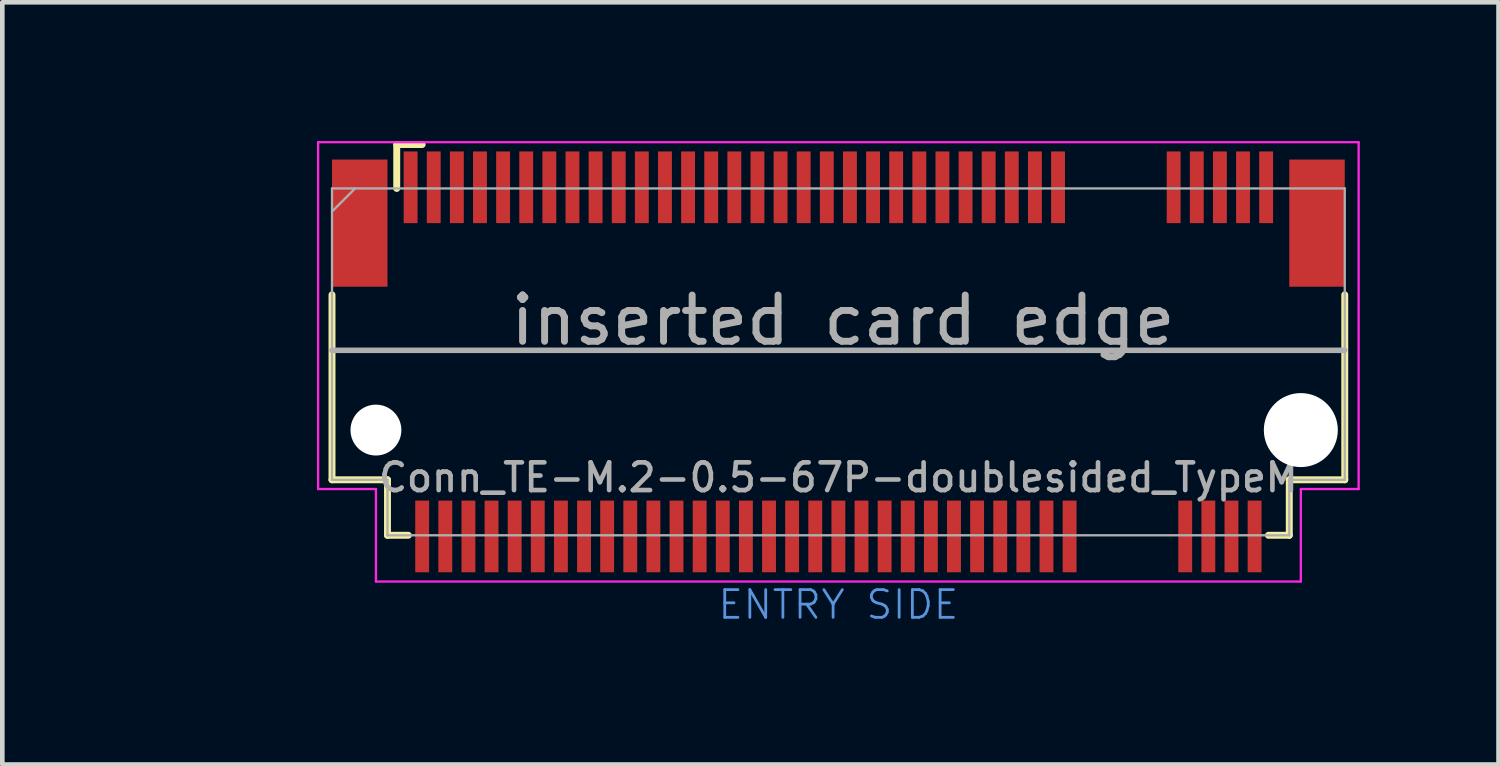
<source format=kicad_pcb>
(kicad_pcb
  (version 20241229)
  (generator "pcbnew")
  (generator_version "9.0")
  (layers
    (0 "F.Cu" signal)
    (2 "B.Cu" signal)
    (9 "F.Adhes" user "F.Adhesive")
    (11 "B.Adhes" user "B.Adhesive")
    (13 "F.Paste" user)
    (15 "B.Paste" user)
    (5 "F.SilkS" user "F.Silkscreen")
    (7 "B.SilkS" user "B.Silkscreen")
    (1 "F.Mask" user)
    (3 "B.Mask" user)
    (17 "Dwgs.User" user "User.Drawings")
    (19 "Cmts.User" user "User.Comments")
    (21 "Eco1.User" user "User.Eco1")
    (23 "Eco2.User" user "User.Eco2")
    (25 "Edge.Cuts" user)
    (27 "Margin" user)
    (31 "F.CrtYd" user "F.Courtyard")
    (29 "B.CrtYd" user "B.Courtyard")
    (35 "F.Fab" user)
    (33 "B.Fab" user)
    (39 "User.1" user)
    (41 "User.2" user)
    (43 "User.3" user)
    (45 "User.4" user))
  (footprint "Conn_TE-M.2-0.5-67P-doublesided_TypeM"
    (layer "F.Cu")
    (at 15.079 6.275)
    (property "Reference" "Conn_TE-M.2-0.5-67P-doublesided_TypeM" (at 0 1 0) (layer "F.Fab") (effects (font (size 0.6 0.6) (thickness 0.1))))
    (attr through_hole)
    (fp_line (start -10.95 1.05) (end -10.95 -2.95) (stroke (width 0.15) (type solid)) (layer "F.SilkS"))
    (fp_line (start -9.75 1.05) (end -10.95 1.05) (stroke (width 0.15) (type solid)) (layer "F.SilkS"))
    (fp_line (start -9.75 2.25) (end -9.75 1.05) (stroke (width 0.15) (type solid)) (layer "F.SilkS"))
    (fp_line (start -9.55 -6.2) (end -9 -6.2) (stroke (width 0.15) (type solid)) (layer "F.SilkS"))
    (fp_line (start -9.55 -5.25) (end -9.55 -6.2) (stroke (width 0.15) (type solid)) (layer "F.SilkS"))
    (fp_line (start -9.3 2.25) (end -9.75 2.25) (stroke (width 0.15) (type solid)) (layer "F.SilkS"))
    (fp_line (start 9.75 1.05) (end 9.75 2.25) (stroke (width 0.15) (type solid)) (layer "F.SilkS"))
    (fp_line (start 9.75 2.25) (end 9.3 2.25) (stroke (width 0.15) (type solid)) (layer "F.SilkS"))
    (fp_line (start 10.95 1.05) (end 9.75 1.05) (stroke (width 0.15) (type solid)) (layer "F.SilkS"))
    (fp_line (start 10.95 1.05) (end 10.95 -2.95) (stroke (width 0.15) (type solid)) (layer "F.SilkS"))
    (fp_line (start -11.25 -6.25) (end 11.25 -6.25) (stroke (width 0.05) (type solid)) (layer "F.CrtYd"))
    (fp_line (start -11.25 1.25) (end -11.25 -6.25) (stroke (width 0.05) (type solid)) (layer "F.CrtYd"))
    (fp_line (start -10 1.25) (end -11.25 1.25) (stroke (width 0.05) (type solid)) (layer "F.CrtYd"))
    (fp_line (start -10 3.25) (end -10 1.25) (stroke (width 0.05) (type solid)) (layer "F.CrtYd"))
    (fp_line (start 10 1.25) (end 10 3.25) (stroke (width 0.05) (type solid)) (layer "F.CrtYd"))
    (fp_line (start 10 3.25) (end -10 3.25) (stroke (width 0.05) (type solid)) (layer "F.CrtYd"))
    (fp_line (start 11.25 -6.25) (end 11.25 1.25) (stroke (width 0.05) (type solid)) (layer "F.CrtYd"))
    (fp_line (start 11.25 1.25) (end 10 1.25) (stroke (width 0.05) (type solid)) (layer "F.CrtYd"))
    (fp_line (start -10.95 -5.25) (end -10.95 1.05) (stroke (width 0.05) (type solid)) (layer "F.Fab"))
    (fp_line (start -10.95 -5.25) (end 10.95 -5.25) (stroke (width 0.05) (type solid)) (layer "F.Fab"))
    (fp_line (start -10.95 -4.75) (end -10.45 -5.25) (stroke (width 0.05) (type solid)) (layer "F.Fab"))
    (fp_line (start -10.95 -1.75) (end 10.95 -1.75) (stroke (width 0.12) (type solid)) (layer "F.Fab"))
    (fp_line (start -10.95 1.05) (end -9.75 1.05) (stroke (width 0.05) (type solid)) (layer "F.Fab"))
    (fp_line (start -9.75 1.05) (end -9.75 2.25) (stroke (width 0.05) (type solid)) (layer "F.Fab"))
    (fp_line (start -9.75 2.25) (end 9.75 2.25) (stroke (width 0.05) (type solid)) (layer "F.Fab"))
    (fp_line (start 9.75 1.05) (end 9.75 2.25) (stroke (width 0.05) (type solid)) (layer "F.Fab"))
    (fp_line (start 10.95 1.05) (end 9.75 1.05) (stroke (width 0.05) (type solid)) (layer "F.Fab"))
    (fp_line (start 10.95 1.05) (end 10.95 -5.25) (stroke (width 0.05) (type solid)) (layer "F.Fab"))
    (fp_text user "ENTRY SIDE" (at 0 3.75 0) (layer "Cmts.User") (effects (font (size 0.6 0.6) (thickness 0.06))))
    (fp_text user "${REFERENCE}" (at -10.1 -4.8 0) (layer "Eco1.User") (effects (font (size 0.3 0.3) (thickness 0.03))))
    (fp_text user "inserted card edge" (at 0.1 -2.4 0) (layer "F.Fab") (effects (font (size 1 1) (thickness 0.15))))
    (pad "" smd rect (at -10.35 -4.5) (size 1.2 2.75) (layers "F.Cu" "F.Mask" "F.Paste"))
    (pad "" np_thru_hole circle (at -10 -0.025) (size 1.1 1.1) (drill 1.1) (layers "*.Cu"))
    (pad "" np_thru_hole circle (at 10 -0.025) (size 1.6 1.6) (drill 1.6) (layers "*.Cu"))
    (pad "" smd rect (at 10.35 -4.5) (size 1.2 2.75) (layers "F.Cu" "F.Mask" "F.Paste"))
    (pad "1" smd rect (at -9.25 -5.275) (size 0.3 1.55) (layers "F.Cu" "F.Mask" "F.Paste"))
    (pad "2" smd rect (at -9 2.275) (size 0.3 1.55) (layers "F.Cu" "F.Mask" "F.Paste"))
    (pad "3" smd rect (at -8.75 -5.275) (size 0.3 1.55) (layers "F.Cu" "F.Mask" "F.Paste"))
    (pad "4" smd rect (at -8.5 2.275) (size 0.3 1.55) (layers "F.Cu" "F.Mask" "F.Paste"))
    (pad "5" smd rect (at -8.25 -5.275) (size 0.3 1.55) (layers "F.Cu" "F.Mask" "F.Paste"))
    (pad "6" smd rect (at -8 2.275) (size 0.3 1.55) (layers "F.Cu" "F.Mask" "F.Paste"))
    (pad "7" smd rect (at -7.75 -5.275) (size 0.3 1.55) (layers "F.Cu" "F.Mask" "F.Paste"))
    (pad "8" smd rect (at -7.5 2.275) (size 0.3 1.55) (layers "F.Cu" "F.Mask" "F.Paste"))
    (pad "9" smd rect (at -7.25 -5.275) (size 0.3 1.55) (layers "F.Cu" "F.Mask" "F.Paste"))
    (pad "10" smd rect (at -7 2.275) (size 0.3 1.55) (layers "F.Cu" "F.Mask" "F.Paste"))
    (pad "11" smd rect (at -6.75 -5.275) (size 0.3 1.55) (layers "F.Cu" "F.Mask" "F.Paste"))
    (pad "12" smd rect (at -6.5 2.275) (size 0.3 1.55) (layers "F.Cu" "F.Mask" "F.Paste"))
    (pad "13" smd rect (at -6.25 -5.275) (size 0.3 1.55) (layers "F.Cu" "F.Mask" "F.Paste"))
    (pad "14" smd rect (at -6 2.275) (size 0.3 1.55) (layers "F.Cu" "F.Mask" "F.Paste"))
    (pad "15" smd rect (at -5.75 -5.275) (size 0.3 1.55) (layers "F.Cu" "F.Mask" "F.Paste"))
    (pad "16" smd rect (at -5.5 2.275) (size 0.3 1.55) (layers "F.Cu" "F.Mask" "F.Paste"))
    (pad "17" smd rect (at -5.25 -5.275) (size 0.3 1.55) (layers "F.Cu" "F.Mask" "F.Paste"))
    (pad "18" smd rect (at -5 2.275) (size 0.3 1.55) (layers "F.Cu" "F.Mask" "F.Paste"))
    (pad "19" smd rect (at -4.75 -5.275) (size 0.3 1.55) (layers "F.Cu" "F.Mask" "F.Paste"))
    (pad "20" smd rect (at -4.5 2.275) (size 0.3 1.55) (layers "F.Cu" "F.Mask" "F.Paste"))
    (pad "21" smd rect (at -4.25 -5.275) (size 0.3 1.55) (layers "F.Cu" "F.Mask" "F.Paste"))
    (pad "22" smd rect (at -4 2.275) (size 0.3 1.55) (layers "F.Cu" "F.Mask" "F.Paste"))
    (pad "23" smd rect (at -3.75 -5.275) (size 0.3 1.55) (layers "F.Cu" "F.Mask" "F.Paste"))
    (pad "24" smd rect (at -3.5 2.275) (size 0.3 1.55) (layers "F.Cu" "F.Mask" "F.Paste"))
    (pad "25" smd rect (at -3.25 -5.275) (size 0.3 1.55) (layers "F.Cu" "F.Mask" "F.Paste"))
    (pad "26" smd rect (at -3 2.275) (size 0.3 1.55) (layers "F.Cu" "F.Mask" "F.Paste"))
    (pad "27" smd rect (at -2.75 -5.275) (size 0.3 1.55) (layers "F.Cu" "F.Mask" "F.Paste"))
    (pad "28" smd rect (at -2.5 2.275) (size 0.3 1.55) (layers "F.Cu" "F.Mask" "F.Paste"))
    (pad "29" smd rect (at -2.25 -5.275) (size 0.3 1.55) (layers "F.Cu" "F.Mask" "F.Paste"))
    (pad "30" smd rect (at -2 2.275) (size 0.3 1.55) (layers "F.Cu" "F.Mask" "F.Paste"))
    (pad "31" smd rect (at -1.75 -5.275) (size 0.3 1.55) (layers "F.Cu" "F.Mask" "F.Paste"))
    (pad "32" smd rect (at -1.5 2.275) (size 0.3 1.55) (layers "F.Cu" "F.Mask" "F.Paste"))
    (pad "33" smd rect (at -1.25 -5.275) (size 0.3 1.55) (layers "F.Cu" "F.Mask" "F.Paste"))
    (pad "34" smd rect (at -1 2.275) (size 0.3 1.55) (layers "F.Cu" "F.Mask" "F.Paste"))
    (pad "35" smd rect (at -0.75 -5.275) (size 0.3 1.55) (layers "F.Cu" "F.Mask" "F.Paste"))
    (pad "36" smd rect (at -0.5 2.275) (size 0.3 1.55) (layers "F.Cu" "F.Mask" "F.Paste"))
    (pad "37" smd rect (at -0.25 -5.275) (size 0.3 1.55) (layers "F.Cu" "F.Mask" "F.Paste"))
    (pad "38" smd rect (at 0 2.275) (size 0.3 1.55) (layers "F.Cu" "F.Mask" "F.Paste"))
    (pad "39" smd rect (at 0.25 -5.275) (size 0.3 1.55) (layers "F.Cu" "F.Mask" "F.Paste"))
    (pad "40" smd rect (at 0.5 2.275) (size 0.3 1.55) (layers "F.Cu" "F.Mask" "F.Paste"))
    (pad "41" smd rect (at 0.75 -5.275) (size 0.3 1.55) (layers "F.Cu" "F.Mask" "F.Paste"))
    (pad "42" smd rect (at 1 2.275) (size 0.3 1.55) (layers "F.Cu" "F.Mask" "F.Paste"))
    (pad "43" smd rect (at 1.25 -5.275) (size 0.3 1.55) (layers "F.Cu" "F.Mask" "F.Paste"))
    (pad "44" smd rect (at 1.5 2.275) (size 0.3 1.55) (layers "F.Cu" "F.Mask" "F.Paste"))
    (pad "45" smd rect (at 1.75 -5.275) (size 0.3 1.55) (layers "F.Cu" "F.Mask" "F.Paste"))
    (pad "46" smd rect (at 2 2.275) (size 0.3 1.55) (layers "F.Cu" "F.Mask" "F.Paste"))
    (pad "47" smd rect (at 2.25 -5.275) (size 0.3 1.55) (layers "F.Cu" "F.Mask" "F.Paste"))
    (pad "48" smd rect (at 2.5 2.275) (size 0.3 1.55) (layers "F.Cu" "F.Mask" "F.Paste"))
    (pad "49" smd rect (at 2.75 -5.275) (size 0.3 1.55) (layers "F.Cu" "F.Mask" "F.Paste"))
    (pad "50" smd rect (at 3 2.275) (size 0.3 1.55) (layers "F.Cu" "F.Mask" "F.Paste"))
    (pad "51" smd rect (at 3.25 -5.275) (size 0.3 1.55) (layers "F.Cu" "F.Mask" "F.Paste"))
    (pad "52" smd rect (at 3.5 2.275) (size 0.3 1.55) (layers "F.Cu" "F.Mask" "F.Paste"))
    (pad "53" smd rect (at 3.75 -5.275) (size 0.3 1.55) (layers "F.Cu" "F.Mask" "F.Paste"))
    (pad "54" smd rect (at 4 2.275) (size 0.3 1.55) (layers "F.Cu" "F.Mask" "F.Paste"))
    (pad "55" smd rect (at 4.25 -5.275) (size 0.3 1.55) (layers "F.Cu" "F.Mask" "F.Paste"))
    (pad "56" smd rect (at 4.5 2.275) (size 0.3 1.55) (layers "F.Cu" "F.Mask" "F.Paste"))
    (pad "57" smd rect (at 4.75 -5.275) (size 0.3 1.55) (layers "F.Cu" "F.Mask" "F.Paste"))
    (pad "58" smd rect (at 5 2.275) (size 0.3 1.55) (layers "F.Cu" "F.Mask" "F.Paste"))
    (pad "67" smd rect (at 7.25 -5.275) (size 0.3 1.55) (layers "F.Cu" "F.Mask" "F.Paste"))
    (pad "68" smd rect (at 7.5 2.275) (size 0.3 1.55) (layers "F.Cu" "F.Mask" "F.Paste"))
    (pad "69" smd rect (at 7.75 -5.275) (size 0.3 1.55) (layers "F.Cu" "F.Mask" "F.Paste"))
    (pad "70" smd rect (at 8 2.275) (size 0.3 1.55) (layers "F.Cu" "F.Mask" "F.Paste"))
    (pad "71" smd rect (at 8.25 -5.275) (size 0.3 1.55) (layers "F.Cu" "F.Mask" "F.Paste"))
    (pad "72" smd rect (at 8.5 2.275) (size 0.3 1.55) (layers "F.Cu" "F.Mask" "F.Paste"))
    (pad "73" smd rect (at 8.75 -5.275) (size 0.3 1.55) (layers "F.Cu" "F.Mask" "F.Paste"))
    (pad "74" smd rect (at 9 2.275) (size 0.3 1.55) (layers "F.Cu" "F.Mask" "F.Paste"))
    (pad "75" smd rect (at 9.25 -5.275) (size 0.3 1.55) (layers "F.Cu" "F.Mask" "F.Paste")))
  (gr_rect
    (start -3 -3)
    (end 29.354 13.481)
    (stroke (width 0.1) (type default))
    (fill no)
    (layer "Edge.Cuts")))
</source>
